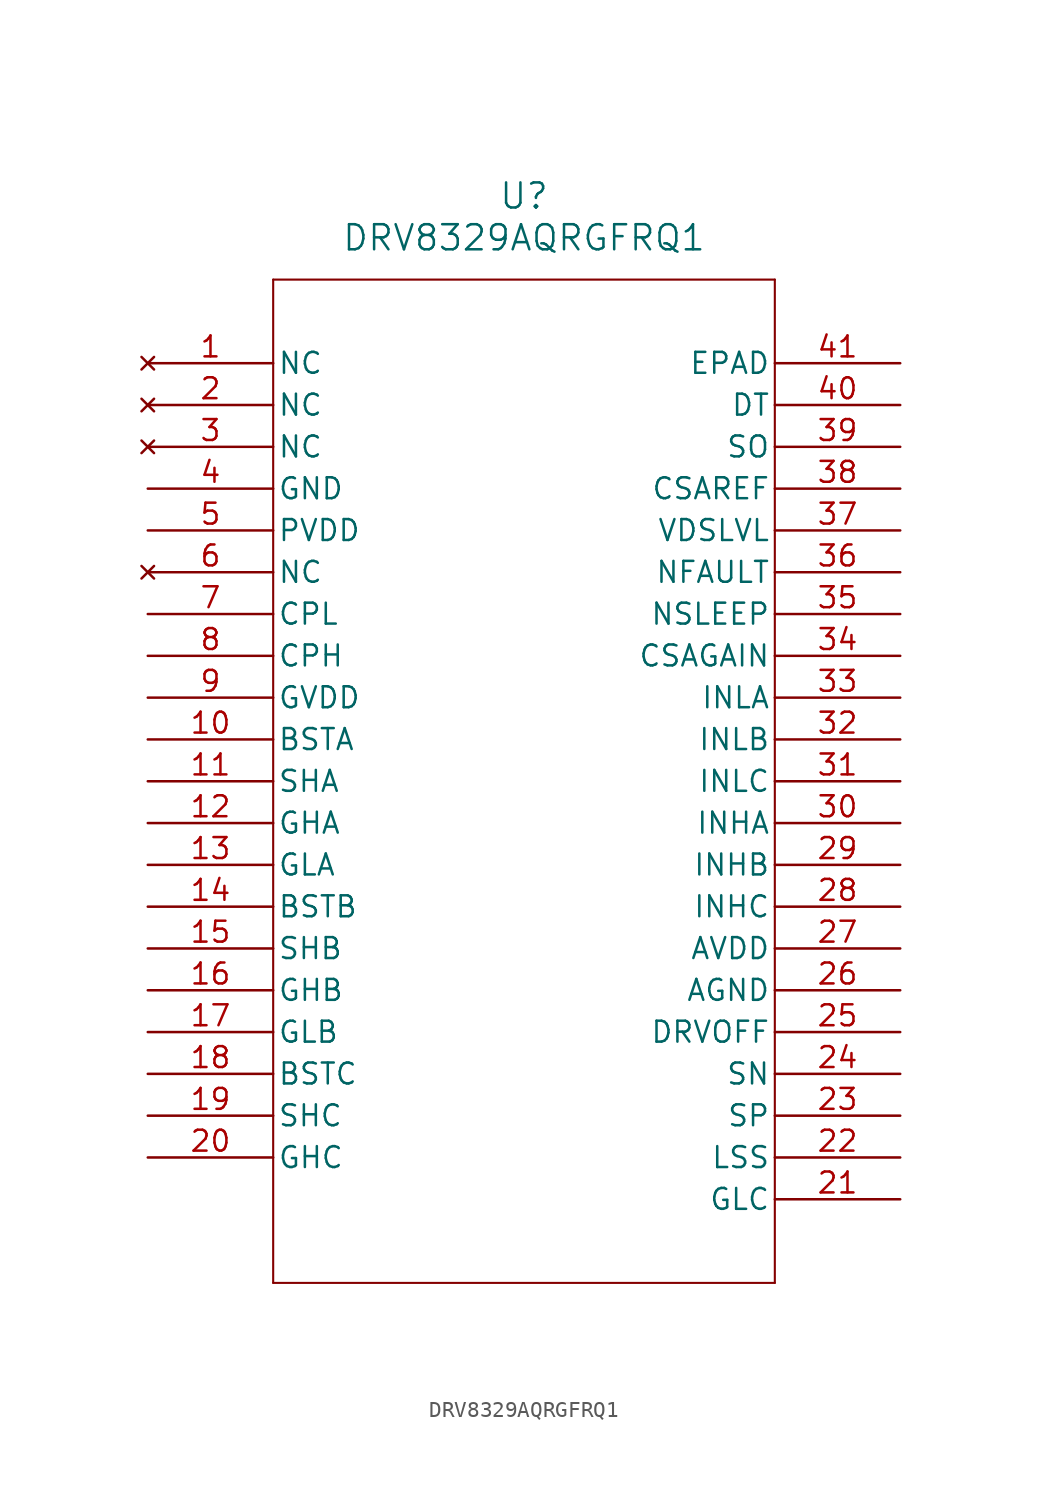
<source format=kicad_sym>
(kicad_symbol_lib
  (version 20211014)
  (generator kicad_symbol_editor)
  (symbol "DRV8329AQRGFRQ1"
    (pin_names
      (offset 0.254))
    (property "Reference" "U"
      (at 22.86 10.16 0)
      (effects (font (size 1.524 1.524))))
    (property "Value" "DRV8329AQRGFRQ1"
      (at 22.86 7.62 0)
      (effects (font (size 1.524 1.524))))
    (symbol "DRV8329AQRGFRQ1_0_1"
      (polyline (pts (xy 7.62 5.08) (xy 7.62 -55.88)) (stroke (width 0.127) (type default) (color 0 0 0 0)) (fill (type none)))
      (polyline (pts (xy 7.62 -55.88) (xy 38.1 -55.88)) (stroke (width 0.127) (type default) (color 0 0 0 0)) (fill (type none)))
      (polyline (pts (xy 38.1 -55.88) (xy 38.1 5.08)) (stroke (width 0.127) (type default) (color 0 0 0 0)) (fill (type none)))
      (polyline (pts (xy 38.1 5.08) (xy 7.62 5.08)) (stroke (width 0.127) (type default) (color 0 0 0 0)) (fill (type none)))
      (pin no_connect line (at 0 0 0) (length 7.62) (name "NC" (effects (font (size 1.27 1.27)))) (number "1" (effects (font (size 1.27 1.27)))))
      (pin no_connect line (at 0 -2.54 0) (length 7.62) (name "NC" (effects (font (size 1.27 1.27)))) (number "2" (effects (font (size 1.27 1.27)))))
      (pin no_connect line (at 0 -5.08 0) (length 7.62) (name "NC" (effects (font (size 1.27 1.27)))) (number "3" (effects (font (size 1.27 1.27)))))
      (pin power_out line (at 0 -7.62 0) (length 7.62) (name "GND" (effects (font (size 1.27 1.27)))) (number "4" (effects (font (size 1.27 1.27)))))
      (pin power_in line (at 0 -10.16 0) (length 7.62) (name "PVDD" (effects (font (size 1.27 1.27)))) (number "5" (effects (font (size 1.27 1.27)))))
      (pin no_connect line (at 0 -12.7 0) (length 7.62) (name "NC" (effects (font (size 1.27 1.27)))) (number "6" (effects (font (size 1.27 1.27)))))
      (pin power_in line (at 0 -15.24 0) (length 7.62) (name "CPL" (effects (font (size 1.27 1.27)))) (number "7" (effects (font (size 1.27 1.27)))))
      (pin power_in line (at 0 -17.78 0) (length 7.62) (name "CPH" (effects (font (size 1.27 1.27)))) (number "8" (effects (font (size 1.27 1.27)))))
      (pin power_in line (at 0 -20.32 0) (length 7.62) (name "GVDD" (effects (font (size 1.27 1.27)))) (number "9" (effects (font (size 1.27 1.27)))))
      (pin output line (at 0 -22.86 0) (length 7.62) (name "BSTA" (effects (font (size 1.27 1.27)))) (number "10" (effects (font (size 1.27 1.27)))))
      (pin bidirectional line (at 0 -25.4 0) (length 7.62) (name "SHA" (effects (font (size 1.27 1.27)))) (number "11" (effects (font (size 1.27 1.27)))))
      (pin output line (at 0 -27.94 0) (length 7.62) (name "GHA" (effects (font (size 1.27 1.27)))) (number "12" (effects (font (size 1.27 1.27)))))
      (pin output line (at 0 -30.48 0) (length 7.62) (name "GLA" (effects (font (size 1.27 1.27)))) (number "13" (effects (font (size 1.27 1.27)))))
      (pin output line (at 0 -33.02 0) (length 7.62) (name "BSTB" (effects (font (size 1.27 1.27)))) (number "14" (effects (font (size 1.27 1.27)))))
      (pin bidirectional line (at 0 -35.56 0) (length 7.62) (name "SHB" (effects (font (size 1.27 1.27)))) (number "15" (effects (font (size 1.27 1.27)))))
      (pin output line (at 0 -38.1 0) (length 7.62) (name "GHB" (effects (font (size 1.27 1.27)))) (number "16" (effects (font (size 1.27 1.27)))))
      (pin output line (at 0 -40.64 0) (length 7.62) (name "GLB" (effects (font (size 1.27 1.27)))) (number "17" (effects (font (size 1.27 1.27)))))
      (pin output line (at 0 -43.18 0) (length 7.62) (name "BSTC" (effects (font (size 1.27 1.27)))) (number "18" (effects (font (size 1.27 1.27)))))
      (pin bidirectional line (at 0 -45.72 0) (length 7.62) (name "SHC" (effects (font (size 1.27 1.27)))) (number "19" (effects (font (size 1.27 1.27)))))
      (pin output line (at 0 -48.26 0) (length 7.62) (name "GHC" (effects (font (size 1.27 1.27)))) (number "20" (effects (font (size 1.27 1.27)))))
      (pin output line (at 45.72 -50.8 180) (length 7.62) (name "GLC" (effects (font (size 1.27 1.27)))) (number "21" (effects (font (size 1.27 1.27)))))
      (pin power_in line (at 45.72 -48.26 180) (length 7.62) (name "LSS" (effects (font (size 1.27 1.27)))) (number "22" (effects (font (size 1.27 1.27)))))
      (pin input line (at 45.72 -45.72 180) (length 7.62) (name "SP" (effects (font (size 1.27 1.27)))) (number "23" (effects (font (size 1.27 1.27)))))
      (pin input line (at 45.72 -43.18 180) (length 7.62) (name "SN" (effects (font (size 1.27 1.27)))) (number "24" (effects (font (size 1.27 1.27)))))
      (pin input line (at 45.72 -40.64 180) (length 7.62) (name "DRVOFF" (effects (font (size 1.27 1.27)))) (number "25" (effects (font (size 1.27 1.27)))))
      (pin power_out line (at 45.72 -38.1 180) (length 7.62) (name "AGND" (effects (font (size 1.27 1.27)))) (number "26" (effects (font (size 1.27 1.27)))))
      (pin power_in line (at 45.72 -35.56 180) (length 7.62) (name "AVDD" (effects (font (size 1.27 1.27)))) (number "27" (effects (font (size 1.27 1.27)))))
      (pin input line (at 45.72 -33.02 180) (length 7.62) (name "INHC" (effects (font (size 1.27 1.27)))) (number "28" (effects (font (size 1.27 1.27)))))
      (pin input line (at 45.72 -30.48 180) (length 7.62) (name "INHB" (effects (font (size 1.27 1.27)))) (number "29" (effects (font (size 1.27 1.27)))))
      (pin input line (at 45.72 -27.94 180) (length 7.62) (name "INHA" (effects (font (size 1.27 1.27)))) (number "30" (effects (font (size 1.27 1.27)))))
      (pin input line (at 45.72 -25.4 180) (length 7.62) (name "INLC" (effects (font (size 1.27 1.27)))) (number "31" (effects (font (size 1.27 1.27)))))
      (pin input line (at 45.72 -22.86 180) (length 7.62) (name "INLB" (effects (font (size 1.27 1.27)))) (number "32" (effects (font (size 1.27 1.27)))))
      (pin input line (at 45.72 -20.32 180) (length 7.62) (name "INLA" (effects (font (size 1.27 1.27)))) (number "33" (effects (font (size 1.27 1.27)))))
      (pin input line (at 45.72 -17.78 180) (length 7.62) (name "CSAGAIN" (effects (font (size 1.27 1.27)))) (number "34" (effects (font (size 1.27 1.27)))))
      (pin input line (at 45.72 -15.24 180) (length 7.62) (name "NSLEEP" (effects (font (size 1.27 1.27)))) (number "35" (effects (font (size 1.27 1.27)))))
      (pin output line (at 45.72 -12.7 180) (length 7.62) (name "NFAULT" (effects (font (size 1.27 1.27)))) (number "36" (effects (font (size 1.27 1.27)))))
      (pin input line (at 45.72 -10.16 180) (length 7.62) (name "VDSLVL" (effects (font (size 1.27 1.27)))) (number "37" (effects (font (size 1.27 1.27)))))
      (pin input line (at 45.72 -7.62 180) (length 7.62) (name "CSAREF" (effects (font (size 1.27 1.27)))) (number "38" (effects (font (size 1.27 1.27)))))
      (pin output line (at 45.72 -5.08 180) (length 7.62) (name "SO" (effects (font (size 1.27 1.27)))) (number "39" (effects (font (size 1.27 1.27)))))
      (pin input line (at 45.72 -2.54 180) (length 7.62) (name "DT" (effects (font (size 1.27 1.27)))) (number "40" (effects (font (size 1.27 1.27)))))
      (pin power_out line (at 45.72 0 180) (length 7.62) (name "EPAD" (effects (font (size 1.27 1.27)))) (number "41" (effects (font (size 1.27 1.27))))))))
</source>
